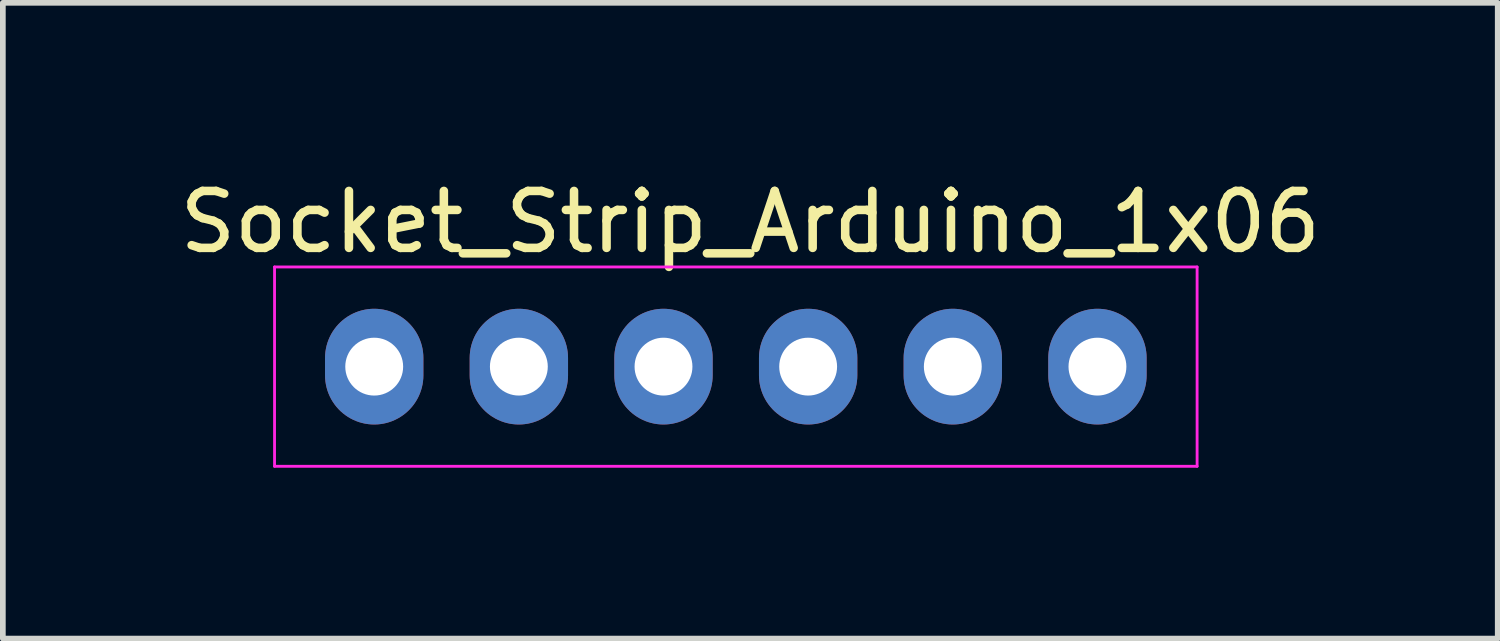
<source format=kicad_pcb>
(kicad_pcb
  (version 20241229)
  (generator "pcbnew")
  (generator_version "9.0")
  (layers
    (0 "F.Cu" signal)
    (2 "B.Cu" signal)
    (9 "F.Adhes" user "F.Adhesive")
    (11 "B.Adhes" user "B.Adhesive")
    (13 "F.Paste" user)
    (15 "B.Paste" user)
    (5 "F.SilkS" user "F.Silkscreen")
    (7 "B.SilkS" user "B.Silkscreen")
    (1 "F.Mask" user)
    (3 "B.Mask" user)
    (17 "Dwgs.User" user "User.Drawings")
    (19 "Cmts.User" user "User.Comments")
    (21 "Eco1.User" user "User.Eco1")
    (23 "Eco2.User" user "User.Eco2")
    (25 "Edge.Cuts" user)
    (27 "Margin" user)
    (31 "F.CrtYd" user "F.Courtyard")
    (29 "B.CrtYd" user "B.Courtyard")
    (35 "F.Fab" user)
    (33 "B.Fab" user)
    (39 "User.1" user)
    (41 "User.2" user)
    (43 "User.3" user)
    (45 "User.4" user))
  (footprint "Socket_Strip_Arduino_1x06"
    (layer "F.Cu")
    (at 3.521 3.388)
    (property "Reference" "Socket_Strip_Arduino_1x06" (at 6.604 -2.54 0) (layer "F.SilkS") (effects (font (size 1 1) (thickness 0.15))))
    (attr through_hole)
    (fp_line (start -1.75 -1.75) (end -1.75 1.75) (stroke (width 0.05) (type solid)) (layer "F.CrtYd"))
    (fp_line (start -1.75 -1.75) (end 14.45 -1.75) (stroke (width 0.05) (type solid)) (layer "F.CrtYd"))
    (fp_line (start -1.75 1.75) (end 14.45 1.75) (stroke (width 0.05) (type solid)) (layer "F.CrtYd"))
    (fp_line (start 14.45 -1.75) (end 14.45 1.75) (stroke (width 0.05) (type solid)) (layer "F.CrtYd"))
    (pad "1" thru_hole oval (at 0 0) (size 1.727 2.032) (drill 1.016) (layers "*.Cu" "*.Mask"))
    (pad "2" thru_hole oval (at 2.54 0) (size 1.727 2.032) (drill 1.016) (layers "*.Cu" "*.Mask"))
    (pad "3" thru_hole oval (at 5.08 0) (size 1.727 2.032) (drill 1.016) (layers "*.Cu" "*.Mask"))
    (pad "4" thru_hole oval (at 7.62 0) (size 1.727 2.032) (drill 1.016) (layers "*.Cu" "*.Mask"))
    (pad "5" thru_hole oval (at 10.16 0) (size 1.727 2.032) (drill 1.016) (layers "*.Cu" "*.Mask"))
    (pad "6" thru_hole oval (at 12.7 0) (size 1.727 2.032) (drill 1.016) (layers "*.Cu" "*.Mask")))
  (gr_rect
    (start -3 -3)
    (end 23.25 8.163)
    (stroke (width 0.1) (type default))
    (fill no)
    (layer "Edge.Cuts")))
</source>
